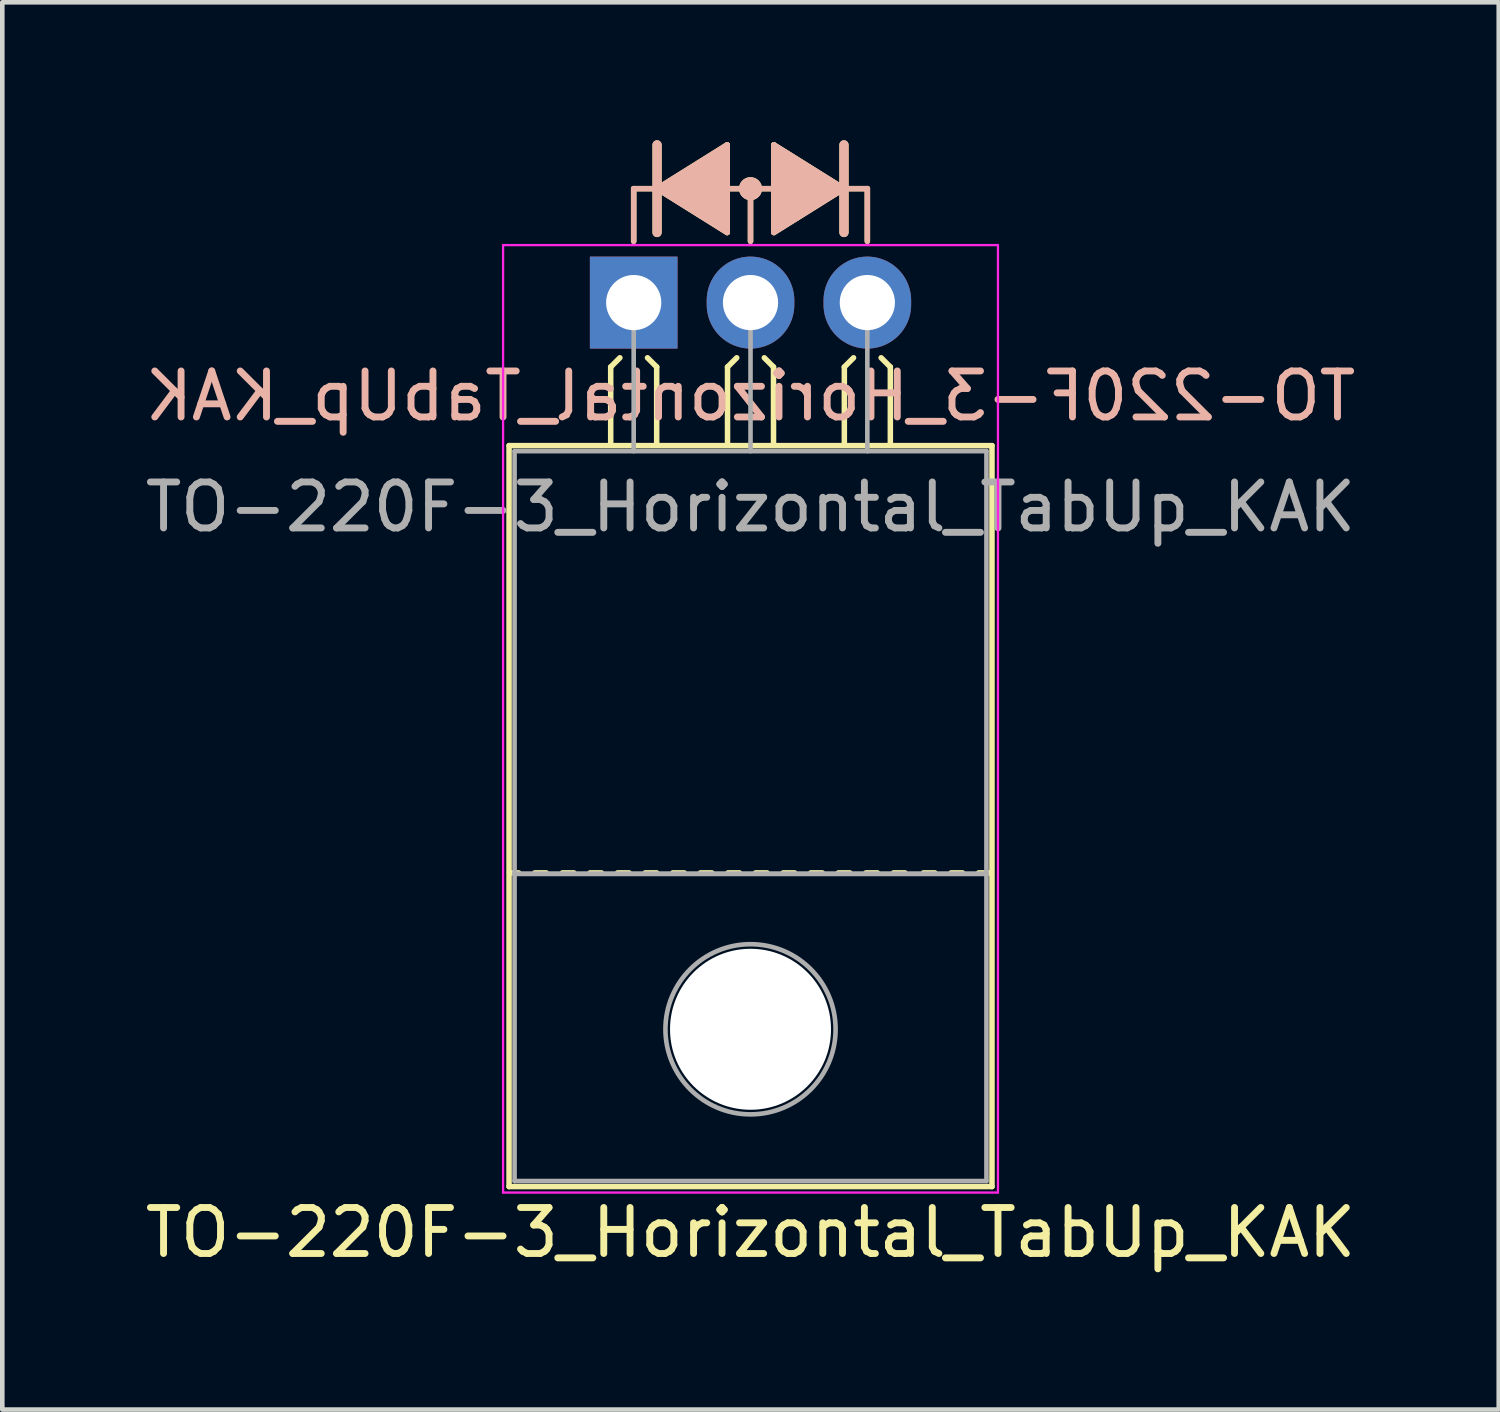
<source format=kicad_pcb>
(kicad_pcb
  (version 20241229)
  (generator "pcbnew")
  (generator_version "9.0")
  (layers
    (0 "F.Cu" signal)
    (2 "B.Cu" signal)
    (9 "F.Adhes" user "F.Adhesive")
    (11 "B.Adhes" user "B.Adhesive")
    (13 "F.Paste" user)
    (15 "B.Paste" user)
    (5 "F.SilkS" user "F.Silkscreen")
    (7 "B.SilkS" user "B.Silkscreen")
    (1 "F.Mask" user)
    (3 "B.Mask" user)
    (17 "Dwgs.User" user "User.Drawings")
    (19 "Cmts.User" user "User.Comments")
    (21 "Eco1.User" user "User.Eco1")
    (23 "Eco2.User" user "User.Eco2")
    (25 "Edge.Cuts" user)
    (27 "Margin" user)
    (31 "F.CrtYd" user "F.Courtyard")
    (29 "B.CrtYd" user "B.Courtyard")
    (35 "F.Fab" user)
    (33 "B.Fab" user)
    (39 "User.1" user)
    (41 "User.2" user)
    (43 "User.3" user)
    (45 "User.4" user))
  (footprint "TO-220F-3_Horizontal_TabUp_KAK"
    (layer "F.Cu")
    (at 10.728 3.529)
    (property "Reference" "TO-220F-3_Horizontal_TabUp_KAK" (at 2.54 20.22 0) (layer "F.SilkS") (effects (font (size 1 1) (thickness 0.15))))
    (fp_line (start -2.71 19.22) (end -2.71 3.11) (stroke (width 0.12) (type solid)) (layer "F.SilkS"))
    (fp_line (start -2.5 12.4) (end -2.7 12.4) (stroke (width 0.12) (type solid)) (layer "F.SilkS"))
    (fp_line (start -1.9 12.4) (end -2.15 12.4) (stroke (width 0.12) (type solid)) (layer "F.SilkS"))
    (fp_line (start -1.3 12.4) (end -1.55 12.4) (stroke (width 0.12) (type solid)) (layer "F.SilkS"))
    (fp_line (start -0.7 12.4) (end -0.95 12.4) (stroke (width 0.12) (type solid)) (layer "F.SilkS"))
    (fp_line (start -0.5 1.4) (end -0.3 1.2) (stroke (width 0.12) (type solid)) (layer "F.SilkS"))
    (fp_line (start -0.5 3.048) (end -0.5 1.4) (stroke (width 0.12) (type solid)) (layer "F.SilkS"))
    (fp_line (start -0.1 12.4) (end -0.35 12.4) (stroke (width 0.12) (type solid)) (layer "F.SilkS"))
    (fp_line (start 0 -2.477) (end 0.508 -2.477) (stroke (width 0.12) (type solid)) (layer "F.SilkS"))
    (fp_line (start 0 -1.333) (end 0 -2.477) (stroke (width 0.12) (type solid)) (layer "F.SilkS"))
    (fp_line (start 0.5 1.4) (end 0.3 1.2) (stroke (width 0.12) (type solid)) (layer "F.SilkS"))
    (fp_line (start 0.5 3.048) (end 0.5 1.4) (stroke (width 0.12) (type solid)) (layer "F.SilkS"))
    (fp_line (start 0.5 12.4) (end 0.25 12.4) (stroke (width 0.12) (type solid)) (layer "F.SilkS"))
    (fp_line (start 0.508 -3.429) (end 0.508 -1.524) (stroke (width 0.2) (type solid)) (layer "F.SilkS"))
    (fp_line (start 0.508 -2.477) (end 2.032 -1.524) (stroke (width 0.12) (type solid)) (layer "F.SilkS"))
    (fp_line (start 1.1 12.4) (end 0.85 12.4) (stroke (width 0.12) (type solid)) (layer "F.SilkS"))
    (fp_line (start 1.7 12.4) (end 1.45 12.4) (stroke (width 0.12) (type solid)) (layer "F.SilkS"))
    (fp_line (start 2.032 -3.429) (end 0.508 -2.477) (stroke (width 0.12) (type solid)) (layer "F.SilkS"))
    (fp_line (start 2.032 -1.524) (end 2.032 -3.429) (stroke (width 0.12) (type solid)) (layer "F.SilkS"))
    (fp_line (start 2.04 1.4) (end 2.24 1.2) (stroke (width 0.12) (type solid)) (layer "F.SilkS"))
    (fp_line (start 2.04 3.048) (end 2.04 1.4) (stroke (width 0.12) (type solid)) (layer "F.SilkS"))
    (fp_line (start 2.3 12.4) (end 2.05 12.4) (stroke (width 0.12) (type solid)) (layer "F.SilkS"))
    (fp_line (start 2.54 -2.477) (end 2.032 -2.477) (stroke (width 0.12) (type solid)) (layer "F.SilkS"))
    (fp_line (start 2.54 -2.477) (end 3.048 -2.477) (stroke (width 0.12) (type solid)) (layer "F.SilkS"))
    (fp_line (start 2.54 -1.333) (end 2.54 -2.477) (stroke (width 0.12) (type solid)) (layer "F.SilkS"))
    (fp_line (start 2.9 12.4) (end 2.65 12.4) (stroke (width 0.12) (type solid)) (layer "F.SilkS"))
    (fp_line (start 3.04 1.4) (end 2.84 1.2) (stroke (width 0.12) (type solid)) (layer "F.SilkS"))
    (fp_line (start 3.04 3.048) (end 3.04 1.4) (stroke (width 0.12) (type solid)) (layer "F.SilkS"))
    (fp_line (start 3.048 -3.239) (end 3.048 -3.429) (stroke (width 0.12) (type solid)) (layer "F.SilkS"))
    (fp_line (start 3.048 -3.239) (end 3.048 -1.714) (stroke (width 0.12) (type solid)) (layer "F.SilkS"))
    (fp_line (start 3.048 -1.714) (end 3.048 -1.524) (stroke (width 0.12) (type solid)) (layer "F.SilkS"))
    (fp_line (start 3.5 12.4) (end 3.25 12.4) (stroke (width 0.12) (type solid)) (layer "F.SilkS"))
    (fp_line (start 4.1 12.4) (end 3.85 12.4) (stroke (width 0.12) (type solid)) (layer "F.SilkS"))
    (fp_line (start 4.572 -2.477) (end 3.048 -3.429) (stroke (width 0.12) (type solid)) (layer "F.SilkS"))
    (fp_line (start 4.572 -2.477) (end 3.048 -1.524) (stroke (width 0.12) (type solid)) (layer "F.SilkS"))
    (fp_line (start 4.572 -1.524) (end 4.572 -3.429) (stroke (width 0.2) (type solid)) (layer "F.SilkS"))
    (fp_line (start 4.58 1.4) (end 4.78 1.2) (stroke (width 0.12) (type solid)) (layer "F.SilkS"))
    (fp_line (start 4.58 3.048) (end 4.58 1.4) (stroke (width 0.12) (type solid)) (layer "F.SilkS"))
    (fp_line (start 4.7 12.4) (end 4.45 12.4) (stroke (width 0.12) (type solid)) (layer "F.SilkS"))
    (fp_line (start 5.08 -2.477) (end 4.572 -2.477) (stroke (width 0.12) (type solid)) (layer "F.SilkS"))
    (fp_line (start 5.08 -1.333) (end 5.08 -2.477) (stroke (width 0.12) (type solid)) (layer "F.SilkS"))
    (fp_line (start 5.3 12.4) (end 5.05 12.4) (stroke (width 0.12) (type solid)) (layer "F.SilkS"))
    (fp_line (start 5.58 1.4) (end 5.38 1.2) (stroke (width 0.12) (type solid)) (layer "F.SilkS"))
    (fp_line (start 5.58 3.048) (end 5.58 1.4) (stroke (width 0.12) (type solid)) (layer "F.SilkS"))
    (fp_line (start 5.9 12.4) (end 5.65 12.4) (stroke (width 0.12) (type solid)) (layer "F.SilkS"))
    (fp_line (start 6.55 12.4) (end 6.3 12.4) (stroke (width 0.12) (type solid)) (layer "F.SilkS"))
    (fp_line (start 7.15 12.4) (end 6.9 12.4) (stroke (width 0.12) (type solid)) (layer "F.SilkS"))
    (fp_line (start 7.75 12.4) (end 7.5 12.4) (stroke (width 0.12) (type solid)) (layer "F.SilkS"))
    (fp_line (start 7.79 3.11) (end -2.71 3.11) (stroke (width 0.12) (type solid)) (layer "F.SilkS"))
    (fp_line (start 7.79 19.22) (end -2.71 19.22) (stroke (width 0.12) (type solid)) (layer "F.SilkS"))
    (fp_line (start 7.79 19.22) (end 7.79 3.11) (stroke (width 0.12) (type solid)) (layer "F.SilkS"))
    (fp_circle (center 2.54 -2.477) (end 2.54 -2.667) (stroke (width 0.12) (type solid)) (fill no) (layer "F.SilkS"))
    (fp_circle (center 2.54 -2.477) (end 2.54 -2.603) (stroke (width 0.12) (type solid)) (fill no) (layer "F.SilkS"))
    (fp_circle (center 2.54 -2.477) (end 2.54 -2.54) (stroke (width 0.12) (type solid)) (fill no) (layer "F.SilkS"))
    (fp_poly (pts (xy 2.032 -1.524) (xy 0.508 -2.477) (xy 2.032 -3.429)) (stroke (width 0.1) (type solid)) (fill yes) (layer "F.SilkS"))
    (fp_poly (pts (xy 4.572 -2.477) (xy 3.048 -1.524) (xy 3.048 -3.429)) (stroke (width 0.1) (type solid)) (fill yes) (layer "F.SilkS"))
    (fp_line (start 0 -2.477) (end 0.508 -2.477) (stroke (width 0.12) (type solid)) (layer "B.SilkS"))
    (fp_line (start 0 -1.333) (end 0 -2.477) (stroke (width 0.12) (type solid)) (layer "B.SilkS"))
    (fp_line (start 0.508 -2.477) (end 2.032 -3.429) (stroke (width 0.12) (type solid)) (layer "B.SilkS"))
    (fp_line (start 0.508 -2.477) (end 2.032 -1.524) (stroke (width 0.12) (type solid)) (layer "B.SilkS"))
    (fp_line (start 0.508 -1.524) (end 0.508 -3.429) (stroke (width 0.2) (type solid)) (layer "B.SilkS"))
    (fp_line (start 2.032 -3.239) (end 2.032 -3.429) (stroke (width 0.12) (type solid)) (layer "B.SilkS"))
    (fp_line (start 2.032 -3.239) (end 2.032 -1.714) (stroke (width 0.12) (type solid)) (layer "B.SilkS"))
    (fp_line (start 2.032 -1.714) (end 2.032 -1.524) (stroke (width 0.12) (type solid)) (layer "B.SilkS"))
    (fp_line (start 2.54 -2.477) (end 2.032 -2.477) (stroke (width 0.12) (type solid)) (layer "B.SilkS"))
    (fp_line (start 2.54 -2.477) (end 3.048 -2.477) (stroke (width 0.12) (type solid)) (layer "B.SilkS"))
    (fp_line (start 2.54 -1.333) (end 2.54 -2.477) (stroke (width 0.12) (type solid)) (layer "B.SilkS"))
    (fp_line (start 3.048 -3.429) (end 4.572 -2.477) (stroke (width 0.12) (type solid)) (layer "B.SilkS"))
    (fp_line (start 3.048 -1.524) (end 3.048 -3.429) (stroke (width 0.12) (type solid)) (layer "B.SilkS"))
    (fp_line (start 4.572 -3.429) (end 4.572 -1.524) (stroke (width 0.2) (type solid)) (layer "B.SilkS"))
    (fp_line (start 4.572 -2.477) (end 3.048 -1.524) (stroke (width 0.12) (type solid)) (layer "B.SilkS"))
    (fp_line (start 5.08 -2.477) (end 4.572 -2.477) (stroke (width 0.12) (type solid)) (layer "B.SilkS"))
    (fp_line (start 5.08 -1.333) (end 5.08 -2.477) (stroke (width 0.12) (type solid)) (layer "B.SilkS"))
    (fp_circle (center 2.54 -2.477) (end 2.54 -2.667) (stroke (width 0.12) (type solid)) (fill no) (layer "B.SilkS"))
    (fp_circle (center 2.54 -2.477) (end 2.54 -2.603) (stroke (width 0.12) (type solid)) (fill no) (layer "B.SilkS"))
    (fp_circle (center 2.54 -2.477) (end 2.54 -2.54) (stroke (width 0.12) (type solid)) (fill no) (layer "B.SilkS"))
    (fp_poly (pts (xy 0.508 -2.477) (xy 2.032 -1.524) (xy 2.032 -3.429)) (stroke (width 0.1) (type solid)) (fill yes) (layer "B.SilkS"))
    (fp_poly (pts (xy 3.048 -1.524) (xy 4.572 -2.477) (xy 3.048 -3.429)) (stroke (width 0.1) (type solid)) (fill yes) (layer "B.SilkS"))
    (fp_line (start -2.84 -1.25) (end -2.84 19.35) (stroke (width 0.05) (type solid)) (layer "F.CrtYd"))
    (fp_line (start -2.84 19.35) (end 7.92 19.35) (stroke (width 0.05) (type solid)) (layer "F.CrtYd"))
    (fp_line (start 7.92 -1.25) (end -2.84 -1.25) (stroke (width 0.05) (type solid)) (layer "F.CrtYd"))
    (fp_line (start 7.92 19.35) (end 7.92 -1.25) (stroke (width 0.05) (type solid)) (layer "F.CrtYd"))
    (fp_line (start -2.59 3.23) (end -2.59 12.42) (stroke (width 0.1) (type solid)) (layer "F.Fab"))
    (fp_line (start -2.59 12.42) (end -2.59 19.1) (stroke (width 0.1) (type solid)) (layer "F.Fab"))
    (fp_line (start -2.59 12.42) (end 7.67 12.42) (stroke (width 0.1) (type solid)) (layer "F.Fab"))
    (fp_line (start -2.59 19.1) (end 7.67 19.1) (stroke (width 0.1) (type solid)) (layer "F.Fab"))
    (fp_line (start 0 3.23) (end 0 0) (stroke (width 0.1) (type solid)) (layer "F.Fab"))
    (fp_line (start 2.54 3.23) (end 2.54 0) (stroke (width 0.1) (type solid)) (layer "F.Fab"))
    (fp_line (start 5.08 3.23) (end 5.08 0) (stroke (width 0.1) (type solid)) (layer "F.Fab"))
    (fp_line (start 7.67 3.23) (end -2.59 3.23) (stroke (width 0.1) (type solid)) (layer "F.Fab"))
    (fp_line (start 7.67 12.42) (end -2.59 12.42) (stroke (width 0.1) (type solid)) (layer "F.Fab"))
    (fp_line (start 7.67 12.42) (end 7.67 3.23) (stroke (width 0.1) (type solid)) (layer "F.Fab"))
    (fp_line (start 7.67 19.1) (end 7.67 12.42) (stroke (width 0.1) (type solid)) (layer "F.Fab"))
    (fp_circle (center 2.54 15.8) (end 4.39 15.8) (stroke (width 0.1) (type solid)) (fill no) (layer "F.Fab"))
    (fp_text user "${REFERENCE}" (at 2.54 2.032 0) (layer "B.SilkS") (effects (font (size 1 1) (thickness 0.15)) (justify mirror)))
    (fp_text user "${REFERENCE}" (at 2.54 4.445 0) (layer "F.Fab") (effects (font (size 1 1) (thickness 0.15))))
    (pad "" np_thru_hole oval (at 2.54 15.8) (size 3.5 3.5) (drill 3.5) (layers "*.Cu" "*.Mask"))
    (pad "1" thru_hole rect (at 0 0) (size 1.905 2) (drill 1.2) (layers "*.Cu" "*.Mask"))
    (pad "2" thru_hole oval (at 2.54 0) (size 1.905 2) (drill 1.2) (layers "*.Cu" "*.Mask"))
    (pad "3" thru_hole oval (at 5.08 0) (size 1.905 2) (drill 1.2) (layers "*.Cu" "*.Mask")))
  (gr_rect
    (start -3 -3)
    (end 29.536 27.597)
    (stroke (width 0.1) (type default))
    (fill no)
    (layer "Edge.Cuts")))
</source>
